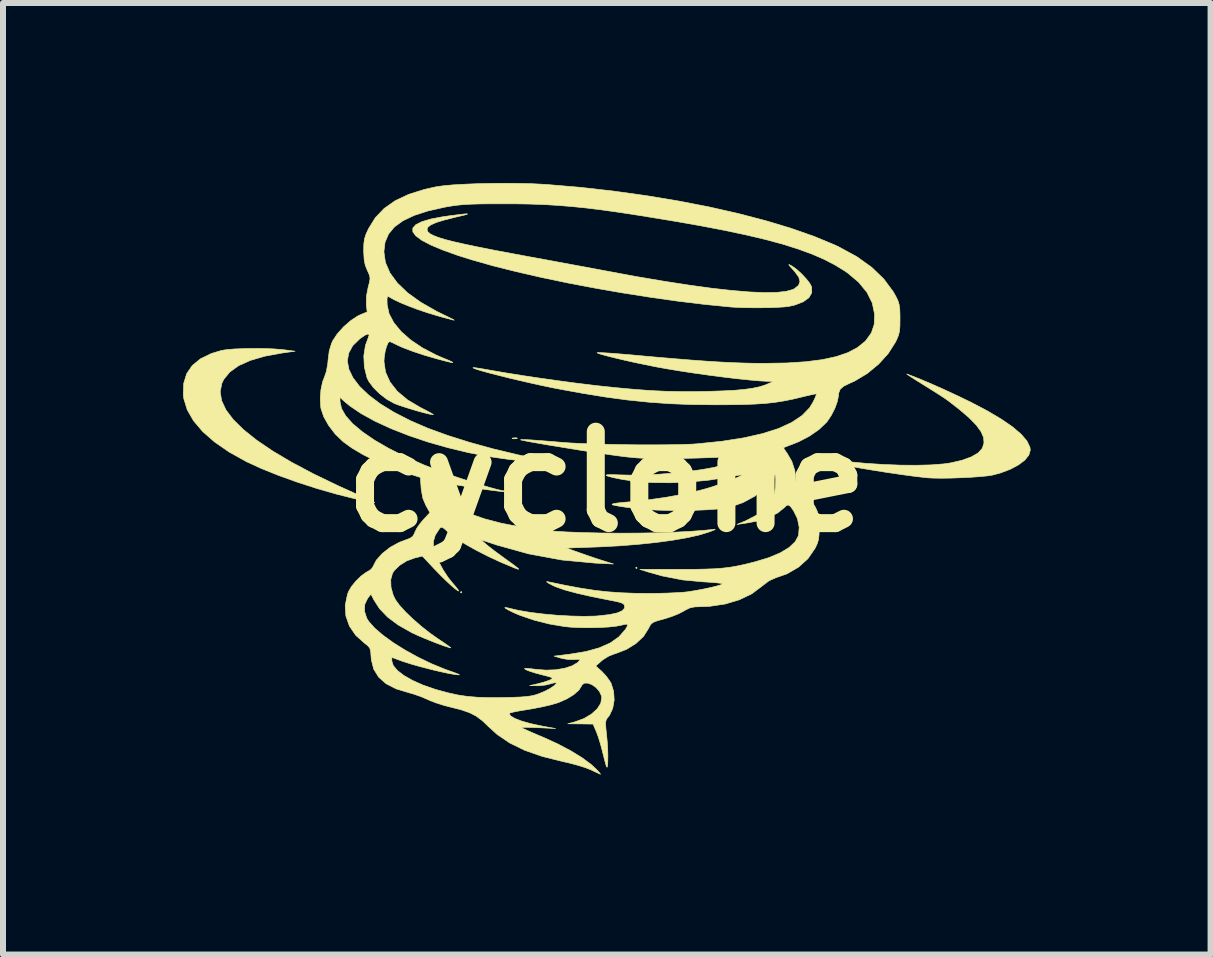
<source format=kicad_pcb>
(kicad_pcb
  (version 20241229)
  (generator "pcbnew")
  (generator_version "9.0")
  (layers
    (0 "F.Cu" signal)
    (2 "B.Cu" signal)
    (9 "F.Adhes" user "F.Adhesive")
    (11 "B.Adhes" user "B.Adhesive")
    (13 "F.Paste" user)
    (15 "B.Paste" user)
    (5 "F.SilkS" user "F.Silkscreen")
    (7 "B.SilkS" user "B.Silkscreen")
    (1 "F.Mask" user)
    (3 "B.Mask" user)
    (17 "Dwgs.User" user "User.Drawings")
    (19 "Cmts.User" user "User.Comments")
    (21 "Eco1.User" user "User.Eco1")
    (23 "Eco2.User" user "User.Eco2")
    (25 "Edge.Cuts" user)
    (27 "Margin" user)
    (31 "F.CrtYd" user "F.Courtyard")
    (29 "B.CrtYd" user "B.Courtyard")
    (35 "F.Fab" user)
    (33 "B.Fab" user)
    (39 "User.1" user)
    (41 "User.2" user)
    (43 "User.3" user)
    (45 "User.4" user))
  (footprint "cyclone"
    (layer "F.Cu")
    (at 7.062 4.98)
    (property "Reference" "cyclone" (at 0 0 0) (layer "F.SilkS") (effects (font (size 1.524 1.524) (thickness 0.3))))
    (attr through_hole)
    (fp_poly (pts (xy -2.413 1.841) (xy -2.426 1.854) (xy -2.438 1.841) (xy -2.426 1.829) (xy -2.413 1.841)) (stroke (width 0.01) (type solid)) (fill yes) (layer "F.SilkS"))
    (fp_poly (pts (xy 0.508 1.435) (xy 0.495 1.448) (xy 0.483 1.435) (xy 0.495 1.422) (xy 0.508 1.435)) (stroke (width 0.01) (type solid)) (fill yes) (layer "F.SilkS"))
    (fp_poly (pts (xy -1.492 -0.728) (xy -1.491 -0.72) (xy -1.531 -0.716) (xy -1.537 -0.716) (xy -1.576 -0.72) (xy -1.572 -0.728) (xy -1.568 -0.729) (xy -1.513 -0.733) (xy -1.492 -0.728)) (stroke (width 0.01) (type solid)) (fill yes) (layer "F.SilkS"))
    (fp_poly (pts (xy -5.716 -2.221) (xy -5.555 -2.215) (xy -5.416 -2.204) (xy -5.372 -2.199) (xy -5.194 -2.176) (xy -5.41 -2.146) (xy -5.699 -2.093) (xy -5.941 -2.022) (xy -6.135 -1.935) (xy -6.282 -1.829) (xy -6.383 -1.706) (xy -6.415 -1.638) (xy -6.442 -1.499) (xy -6.418 -1.352) (xy -6.346 -1.198) (xy -6.224 -1.036) (xy -6.053 -0.868) (xy -5.834 -0.693) (xy -5.567 -0.512) (xy -5.252 -0.325) (xy -4.89 -0.133) (xy -4.48 0.065) (xy -4.204 0.19) (xy -4.051 0.257) (xy -3.945 0.305) (xy -3.884 0.336) (xy -3.867 0.35) (xy -3.895 0.35) (xy -3.967 0.336) (xy -4.082 0.31) (xy -4.166 0.291) (xy -4.492 0.209) (xy -4.825 0.114) (xy -5.153 0.008) (xy -5.465 -0.104) (xy -5.75 -0.218) (xy -5.995 -0.331) (xy -6.006 -0.336) (xy -6.292 -0.495) (xy -6.534 -0.662) (xy -6.733 -0.836) (xy -6.886 -1.016) (xy -6.991 -1.199) (xy -7.048 -1.384) (xy -7.057 -1.453) (xy -7.05 -1.64) (xy -7 -1.802) (xy -6.907 -1.938) (xy -6.77 -2.05) (xy -6.588 -2.138) (xy -6.426 -2.187) (xy -6.337 -2.202) (xy -6.209 -2.213) (xy -6.055 -2.219) (xy -5.887 -2.222) (xy -5.716 -2.221)) (stroke (width 0.01) (type solid)) (fill yes) (layer "F.SilkS"))
    (fp_poly (pts (xy 5.114 -1.755) (xy 5.259 -1.696) (xy 5.429 -1.624) (xy 5.613 -1.542) (xy 5.799 -1.456) (xy 5.979 -1.37) (xy 6.058 -1.332) (xy 6.337 -1.186) (xy 6.573 -1.047) (xy 6.764 -0.916) (xy 6.908 -0.793) (xy 7.005 -0.68) (xy 7.055 -0.576) (xy 7.061 -0.528) (xy 7.037 -0.445) (xy 6.969 -0.36) (xy 6.862 -0.28) (xy 6.725 -0.207) (xy 6.562 -0.146) (xy 6.435 -0.112) (xy 6.348 -0.098) (xy 6.222 -0.086) (xy 6.07 -0.075) (xy 5.904 -0.067) (xy 5.736 -0.061) (xy 5.578 -0.059) (xy 5.444 -0.061) (xy 5.347 -0.066) (xy 5.152 -0.088) (xy 4.936 -0.117) (xy 4.707 -0.15) (xy 4.473 -0.187) (xy 4.244 -0.225) (xy 4.028 -0.264) (xy 3.834 -0.302) (xy 3.67 -0.338) (xy 3.546 -0.37) (xy 3.518 -0.378) (xy 3.474 -0.393) (xy 3.46 -0.401) (xy 3.48 -0.402) (xy 3.538 -0.396) (xy 3.64 -0.383) (xy 3.736 -0.37) (xy 4.023 -0.335) (xy 4.319 -0.307) (xy 4.613 -0.288) (xy 4.898 -0.277) (xy 5.165 -0.275) (xy 5.406 -0.281) (xy 5.611 -0.297) (xy 5.733 -0.314) (xy 5.923 -0.358) (xy 6.077 -0.414) (xy 6.191 -0.48) (xy 6.259 -0.555) (xy 6.262 -0.56) (xy 6.289 -0.646) (xy 6.283 -0.736) (xy 6.241 -0.834) (xy 6.162 -0.943) (xy 6.042 -1.066) (xy 5.881 -1.204) (xy 5.688 -1.354) (xy 5.633 -1.392) (xy 5.545 -1.45) (xy 5.436 -1.519) (xy 5.316 -1.594) (xy 5.281 -1.616) (xy 5.174 -1.682) (xy 5.087 -1.738) (xy 5.028 -1.777) (xy 5.002 -1.796) (xy 5.004 -1.796) (xy 5.114 -1.755)) (stroke (width 0.01) (type solid)) (fill yes) (layer "F.SilkS"))
    (fp_poly (pts (xy -2.32 -4.461) (xy -2.361 -4.448) (xy -2.448 -4.427) (xy -2.528 -4.408) (xy -2.709 -4.362) (xy -2.843 -4.321) (xy -2.932 -4.281) (xy -2.98 -4.243) (xy -2.988 -4.23) (xy -2.993 -4.198) (xy -2.98 -4.167) (xy -2.947 -4.136) (xy -2.89 -4.105) (xy -2.807 -4.073) (xy -2.694 -4.038) (xy -2.549 -4.001) (xy -2.368 -3.96) (xy -2.149 -3.914) (xy -1.888 -3.862) (xy -1.583 -3.805) (xy -1.278 -3.748) (xy -1.057 -3.708) (xy -0.825 -3.665) (xy -0.593 -3.622) (xy -0.375 -3.582) (xy -0.182 -3.546) (xy -0.038 -3.519) (xy 0.467 -3.425) (xy 0.933 -3.346) (xy 1.357 -3.28) (xy 1.74 -3.227) (xy 2.08 -3.189) (xy 2.376 -3.164) (xy 2.627 -3.153) (xy 2.833 -3.156) (xy 2.993 -3.174) (xy 3.105 -3.205) (xy 3.128 -3.217) (xy 3.198 -3.273) (xy 3.222 -3.336) (xy 3.202 -3.411) (xy 3.135 -3.503) (xy 3.119 -3.521) (xy 3.061 -3.585) (xy 3.036 -3.617) (xy 3.041 -3.621) (xy 3.075 -3.603) (xy 3.095 -3.592) (xy 3.168 -3.539) (xy 3.249 -3.466) (xy 3.325 -3.384) (xy 3.385 -3.308) (xy 3.416 -3.248) (xy 3.417 -3.246) (xy 3.418 -3.151) (xy 3.371 -3.068) (xy 3.277 -3) (xy 3.14 -2.947) (xy 3.036 -2.923) (xy 2.956 -2.914) (xy 2.838 -2.907) (xy 2.693 -2.902) (xy 2.535 -2.9) (xy 2.375 -2.901) (xy 2.225 -2.904) (xy 2.099 -2.911) (xy 2.07 -2.913) (xy 1.643 -2.955) (xy 1.196 -3.009) (xy 0.736 -3.074) (xy 0.269 -3.147) (xy -0.196 -3.228) (xy -0.653 -3.315) (xy -1.093 -3.407) (xy -1.511 -3.503) (xy -1.897 -3.6) (xy -2.246 -3.699) (xy -2.479 -3.772) (xy -2.73 -3.862) (xy -2.931 -3.946) (xy -3.081 -4.025) (xy -3.181 -4.099) (xy -3.231 -4.166) (xy -3.231 -4.229) (xy -3.181 -4.285) (xy -3.08 -4.335) (xy -2.929 -4.38) (xy -2.727 -4.418) (xy -2.628 -4.432) (xy -2.478 -4.451) (xy -2.377 -4.463) (xy -2.325 -4.466) (xy -2.32 -4.461)) (stroke (width 0.01) (type solid)) (fill yes) (layer "F.SilkS"))
    (fp_poly (pts (xy -1.464 -4.973) (xy -1.246 -4.968) (xy -1.049 -4.958) (xy -1.003 -4.955) (xy -0.442 -4.908) (xy 0.114 -4.845) (xy 0.66 -4.769) (xy 1.191 -4.681) (xy 1.703 -4.582) (xy 2.189 -4.472) (xy 2.646 -4.353) (xy 3.069 -4.226) (xy 3.452 -4.092) (xy 3.79 -3.952) (xy 3.873 -3.913) (xy 4.169 -3.752) (xy 4.417 -3.575) (xy 4.619 -3.38) (xy 4.777 -3.167) (xy 4.82 -3.09) (xy 4.854 -3.021) (xy 4.874 -2.957) (xy 4.885 -2.883) (xy 4.889 -2.782) (xy 4.889 -2.718) (xy 4.888 -2.599) (xy 4.881 -2.513) (xy 4.865 -2.444) (xy 4.837 -2.375) (xy 4.813 -2.326) (xy 4.693 -2.137) (xy 4.533 -1.961) (xy 4.344 -1.805) (xy 4.136 -1.68) (xy 4.043 -1.638) (xy 3.947 -1.591) (xy 3.891 -1.54) (xy 3.866 -1.473) (xy 3.863 -1.43) (xy 3.845 -1.338) (xy 3.804 -1.225) (xy 3.746 -1.11) (xy 3.68 -1.01) (xy 3.665 -0.991) (xy 3.539 -0.871) (xy 3.379 -0.76) (xy 3.2 -0.667) (xy 3.12 -0.635) (xy 3.038 -0.604) (xy 2.977 -0.58) (xy 2.95 -0.569) (xy 2.958 -0.547) (xy 2.99 -0.499) (xy 3.007 -0.476) (xy 3.086 -0.34) (xy 3.136 -0.187) (xy 3.15 -0.066) (xy 3.154 -0.005) (xy 3.172 0.044) (xy 3.213 0.098) (xy 3.279 0.165) (xy 3.358 0.251) (xy 3.432 0.348) (xy 3.475 0.418) (xy 3.51 0.492) (xy 3.531 0.563) (xy 3.54 0.647) (xy 3.543 0.762) (xy 3.54 0.878) (xy 3.531 0.962) (xy 3.51 1.032) (xy 3.475 1.107) (xy 3.473 1.11) (xy 3.355 1.282) (xy 3.197 1.424) (xy 3.005 1.535) (xy 2.819 1.6) (xy 2.707 1.65) (xy 2.591 1.738) (xy 2.584 1.744) (xy 2.415 1.87) (xy 2.209 1.968) (xy 1.974 2.038) (xy 1.718 2.076) (xy 1.569 2.082) (xy 1.465 2.086) (xy 1.388 2.102) (xy 1.317 2.136) (xy 1.282 2.157) (xy 1.199 2.2) (xy 1.089 2.244) (xy 0.972 2.282) (xy 0.954 2.287) (xy 0.851 2.315) (xy 0.786 2.339) (xy 0.746 2.365) (xy 0.72 2.401) (xy 0.699 2.443) (xy 0.615 2.577) (xy 0.488 2.696) (xy 0.33 2.794) (xy 0.148 2.864) (xy 0.124 2.871) (xy 0.035 2.906) (xy -0.056 2.962) (xy -0.085 2.985) (xy -0.182 3.07) (xy -0.08 3.162) (xy -0.008 3.239) (xy 0.055 3.327) (xy 0.075 3.362) (xy 0.116 3.495) (xy 0.125 3.638) (xy 0.101 3.776) (xy 0.047 3.893) (xy 0.02 3.928) (xy -0.002 3.956) (xy -0.014 3.989) (xy -0.018 4.036) (xy -0.013 4.111) (xy -0.001 4.224) (xy -0.000078 4.233) (xy 0.01 4.341) (xy 0.017 4.453) (xy 0.02 4.559) (xy 0.019 4.651) (xy 0.016 4.72) (xy 0.009 4.757) (xy -0.002 4.752) (xy -0.003 4.75) (xy -0.015 4.709) (xy -0.036 4.632) (xy -0.061 4.534) (xy -0.07 4.496) (xy -0.101 4.379) (xy -0.136 4.264) (xy -0.169 4.173) (xy -0.175 4.159) (xy -0.227 4.039) (xy -0.437 4.036) (xy -0.648 4.034) (xy -0.524 4) (xy -0.377 3.946) (xy -0.253 3.872) (xy -0.158 3.786) (xy -0.099 3.694) (xy -0.082 3.6) (xy -0.086 3.57) (xy -0.121 3.494) (xy -0.177 3.43) (xy -0.245 3.382) (xy -0.314 3.356) (xy -0.374 3.357) (xy -0.414 3.39) (xy -0.419 3.403) (xy -0.463 3.473) (xy -0.547 3.547) (xy -0.66 3.617) (xy -0.793 3.676) (xy -0.833 3.69) (xy -0.942 3.721) (xy -1.081 3.753) (xy -1.23 3.782) (xy -1.327 3.798) (xy -1.443 3.817) (xy -1.538 3.835) (xy -1.602 3.851) (xy -1.626 3.863) (xy -1.626 3.863) (xy -1.601 3.903) (xy -1.531 3.945) (xy -1.42 3.988) (xy -1.274 4.03) (xy -1.097 4.068) (xy -1.047 4.078) (xy -0.851 4.113) (xy -1.143 4.099) (xy -1.256 4.095) (xy -1.347 4.093) (xy -1.405 4.095) (xy -1.422 4.098) (xy -1.395 4.112) (xy -1.33 4.142) (xy -1.235 4.184) (xy -1.118 4.234) (xy -1.044 4.265) (xy -0.811 4.372) (xy -0.597 4.485) (xy -0.41 4.6) (xy -0.259 4.712) (xy -0.179 4.786) (xy -0.131 4.837) (xy -0.105 4.869) (xy -0.103 4.875) (xy -0.13 4.864) (xy -0.19 4.836) (xy -0.267 4.8) (xy -0.353 4.766) (xy -0.473 4.728) (xy -0.611 4.691) (xy -0.737 4.662) (xy -1.074 4.578) (xy -1.366 4.476) (xy -1.616 4.354) (xy -1.828 4.21) (xy -1.968 4.082) (xy -2.073 3.982) (xy -2.175 3.906) (xy -2.289 3.848) (xy -2.428 3.8) (xy -2.591 3.759) (xy -2.718 3.726) (xy -2.846 3.685) (xy -2.955 3.643) (xy -2.984 3.629) (xy -3.096 3.581) (xy -3.221 3.538) (xy -3.295 3.517) (xy -3.509 3.452) (xy -3.677 3.366) (xy -3.801 3.256) (xy -3.883 3.123) (xy -3.923 2.965) (xy -3.927 2.913) (xy -3.933 2.828) (xy -3.948 2.774) (xy -3.981 2.733) (xy -4.032 2.694) (xy -4.183 2.559) (xy -4.288 2.405) (xy -4.347 2.237) (xy -4.358 2.06) (xy -4.32 1.877) (xy -4.302 1.829) (xy -4.253 1.745) (xy -4.178 1.654) (xy -4.093 1.571) (xy -4.011 1.511) (xy -3.985 1.497) (xy -3.929 1.462) (xy -3.899 1.422) (xy -3.84 1.308) (xy -3.741 1.197) (xy -3.612 1.095) (xy -3.464 1.013) (xy -3.36 0.973) (xy -3.279 0.943) (xy -3.233 0.911) (xy -3.206 0.865) (xy -3.197 0.841) (xy -3.164 0.774) (xy -3.107 0.693) (xy -3.057 0.634) (xy -2.946 0.515) (xy -3.013 0.395) (xy -3.064 0.275) (xy -3.09 0.134) (xy -3.093 0.101) (xy -3.105 -0.072) (xy -3.395 -0.166) (xy -3.625 -0.249) (xy -3.852 -0.347) (xy -4.064 -0.454) (xy -4.249 -0.564) (xy -4.394 -0.669) (xy -4.524 -0.795) (xy -4.634 -0.938) (xy -4.716 -1.084) (xy -4.762 -1.221) (xy -4.765 -1.239) (xy -4.774 -1.383) (xy -4.772 -1.407) (xy -4.445 -1.407) (xy -4.445 -1.337) (xy -4.42 -1.221) (xy -4.348 -1.096) (xy -4.231 -0.966) (xy -4.071 -0.832) (xy -3.87 -0.694) (xy -3.632 -0.556) (xy -3.358 -0.419) (xy -3.051 -0.283) (xy -2.712 -0.152) (xy -2.68 -0.14) (xy -2.539 -0.091) (xy -2.386 -0.04) (xy -2.229 0.01) (xy -2.078 0.057) (xy -1.941 0.097) (xy -1.827 0.128) (xy -1.745 0.147) (xy -1.708 0.152) (xy -1.68 0.159) (xy -1.681 0.165) (xy -1.709 0.166) (xy -1.779 0.16) (xy -1.88 0.147) (xy -2.005 0.131) (xy -2.144 0.111) (xy -2.289 0.088) (xy -2.429 0.065) (xy -2.557 0.043) (xy -2.573 0.04) (xy -2.66 0.026) (xy -2.726 0.021) (xy -2.756 0.026) (xy -2.757 0.027) (xy -2.76 0.063) (xy -2.753 0.122) (xy -2.704 0.237) (xy -2.607 0.345) (xy -2.462 0.444) (xy -2.271 0.536) (xy -2.035 0.618) (xy -1.756 0.691) (xy -1.435 0.753) (xy -1.092 0.803) (xy -0.898 0.822) (xy -0.662 0.837) (xy -0.393 0.847) (xy -0.102 0.854) (xy 0.203 0.857) (xy 0.512 0.856) (xy 0.817 0.851) (xy 1.108 0.842) (xy 1.375 0.828) (xy 1.611 0.811) (xy 1.74 0.798) (xy 1.794 0.793) (xy 1.81 0.795) (xy 1.784 0.808) (xy 1.713 0.834) (xy 1.704 0.838) (xy 1.544 0.887) (xy 1.339 0.933) (xy 1.097 0.975) (xy 0.824 1.012) (xy 0.526 1.043) (xy 0.211 1.068) (xy -0.116 1.085) (xy -0.165 1.087) (xy -0.673 1.105) (xy -0.445 1.186) (xy -0.32 1.23) (xy -0.19 1.274) (xy -0.077 1.311) (xy -0.051 1.319) (xy 0.114 1.371) (xy -0.191 1.356) (xy -0.748 1.304) (xy -1.3 1.202) (xy -1.843 1.051) (xy -1.868 1.042) (xy -2.095 0.967) (xy -2.007 1.044) (xy -1.947 1.093) (xy -1.86 1.16) (xy -1.759 1.234) (xy -1.702 1.276) (xy -1.588 1.358) (xy -1.513 1.414) (xy -1.473 1.446) (xy -1.467 1.458) (xy -1.49 1.454) (xy -1.541 1.435) (xy -1.562 1.426) (xy -1.769 1.339) (xy -1.974 1.244) (xy -2.17 1.144) (xy -2.347 1.045) (xy -2.497 0.951) (xy -2.612 0.867) (xy -2.648 0.835) (xy -2.707 0.781) (xy -2.743 0.758) (xy -2.767 0.762) (xy -2.786 0.781) (xy -2.857 0.891) (xy -2.888 0.994) (xy -2.886 1.083) (xy -2.857 1.195) (xy -2.801 1.328) (xy -2.727 1.467) (xy -2.641 1.598) (xy -2.578 1.676) (xy -2.521 1.743) (xy -2.48 1.794) (xy -2.464 1.819) (xy -2.464 1.819) (xy -2.48 1.818) (xy -2.525 1.785) (xy -2.592 1.728) (xy -2.675 1.651) (xy -2.767 1.561) (xy -2.861 1.464) (xy -2.868 1.457) (xy -3.072 1.239) (xy -3.199 1.27) (xy -3.331 1.318) (xy -3.45 1.392) (xy -3.541 1.481) (xy -3.571 1.528) (xy -3.599 1.632) (xy -3.595 1.757) (xy -3.559 1.887) (xy -3.521 1.966) (xy -3.454 2.058) (xy -3.354 2.168) (xy -3.229 2.288) (xy -3.089 2.41) (xy -2.943 2.525) (xy -2.82 2.612) (xy -2.727 2.674) (xy -2.653 2.725) (xy -2.608 2.758) (xy -2.597 2.769) (xy -2.639 2.759) (xy -2.716 2.734) (xy -2.817 2.697) (xy -2.932 2.652) (xy -3.048 2.605) (xy -3.155 2.559) (xy -3.241 2.519) (xy -3.251 2.514) (xy -3.475 2.387) (xy -3.652 2.255) (xy -3.786 2.115) (xy -3.878 1.972) (xy -3.929 1.874) (xy -3.984 1.943) (xy -4.032 2.044) (xy -4.037 2.158) (xy -3.998 2.276) (xy -3.965 2.329) (xy -3.866 2.44) (xy -3.726 2.56) (xy -3.553 2.685) (xy -3.356 2.808) (xy -3.141 2.926) (xy -2.918 3.034) (xy -2.694 3.126) (xy -2.626 3.15) (xy -2.525 3.186) (xy -2.469 3.208) (xy -2.454 3.218) (xy -2.476 3.218) (xy -2.527 3.213) (xy -2.633 3.195) (xy -2.773 3.165) (xy -2.932 3.127) (xy -3.095 3.085) (xy -3.248 3.042) (xy -3.376 3.001) (xy -3.41 2.99) (xy -3.581 2.927) (xy -3.581 2.988) (xy -3.557 3.064) (xy -3.488 3.146) (xy -3.38 3.229) (xy -3.236 3.311) (xy -3.064 3.388) (xy -2.868 3.456) (xy -2.832 3.467) (xy -2.647 3.517) (xy -2.481 3.554) (xy -2.319 3.578) (xy -2.149 3.592) (xy -1.955 3.598) (xy -1.74 3.597) (xy -1.567 3.593) (xy -1.436 3.588) (xy -1.336 3.58) (xy -1.258 3.569) (xy -1.193 3.554) (xy -1.136 3.535) (xy -1.033 3.493) (xy -0.942 3.445) (xy -0.874 3.399) (xy -0.84 3.362) (xy -0.838 3.354) (xy -0.859 3.349) (xy -0.911 3.36) (xy -0.933 3.367) (xy -1.019 3.388) (xy -1.121 3.4) (xy -1.156 3.4) (xy -1.283 3.399) (xy -1.136 3.364) (xy -1.045 3.339) (xy -0.968 3.313) (xy -0.932 3.298) (xy -0.908 3.281) (xy -0.911 3.268) (xy -0.947 3.252) (xy -1.025 3.231) (xy -1.054 3.224) (xy -1.186 3.189) (xy -1.286 3.157) (xy -1.349 3.132) (xy -1.369 3.114) (xy -1.368 3.112) (xy -1.339 3.11) (xy -1.274 3.115) (xy -1.186 3.126) (xy -1.18 3.127) (xy -1.013 3.14) (xy -0.849 3.134) (xy -0.699 3.108) (xy -0.573 3.067) (xy -0.482 3.012) (xy -0.463 2.992) (xy -0.449 2.968) (xy -0.465 2.959) (xy -0.521 2.962) (xy -0.539 2.964) (xy -0.635 2.963) (xy -0.738 2.947) (xy -0.762 2.94) (xy -0.876 2.906) (xy -0.615 2.874) (xy -0.347 2.83) (xy -0.123 2.768) (xy 0.06 2.687) (xy 0.204 2.585) (xy 0.313 2.461) (xy 0.321 2.449) (xy 0.349 2.396) (xy 0.342 2.374) (xy 0.293 2.378) (xy 0.252 2.389) (xy 0.161 2.407) (xy 0.033 2.421) (xy -0.121 2.429) (xy -0.288 2.433) (xy -0.454 2.431) (xy -0.607 2.423) (xy -0.7 2.414) (xy -0.959 2.37) (xy -1.215 2.305) (xy -1.448 2.225) (xy -1.543 2.185) (xy -1.636 2.139) (xy -1.688 2.109) (xy -1.697 2.095) (xy -1.662 2.099) (xy -1.626 2.108) (xy -1.47 2.144) (xy -1.276 2.177) (xy -1.058 2.204) (xy -0.827 2.225) (xy -0.597 2.238) (xy -0.38 2.243) (xy -0.19 2.239) (xy -0.13 2.234) (xy 0.047 2.214) (xy 0.176 2.186) (xy 0.258 2.151) (xy 0.297 2.108) (xy 0.3 2.077) (xy 0.292 2.049) (xy 0.268 2.028) (xy 0.221 2.01) (xy 0.139 1.991) (xy 0.051 1.974) (xy -0.25 1.914) (xy -0.5 1.857) (xy -0.7 1.803) (xy -0.848 1.751) (xy -0.903 1.726) (xy -0.968 1.691) (xy -1.001 1.668) (xy -0.994 1.663) (xy -0.991 1.664) (xy -0.696 1.725) (xy -0.438 1.773) (xy -0.205 1.809) (xy 0.016 1.834) (xy 0.238 1.85) (xy 0.471 1.859) (xy 0.673 1.861) (xy 0.842 1.86) (xy 1.009 1.856) (xy 1.161 1.849) (xy 1.286 1.841) (xy 1.359 1.833) (xy 1.488 1.812) (xy 1.616 1.788) (xy 1.734 1.763) (xy 1.832 1.739) (xy 1.901 1.718) (xy 1.93 1.702) (xy 1.93 1.701) (xy 1.907 1.693) (xy 1.842 1.685) (xy 1.745 1.677) (xy 1.626 1.669) (xy 1.607 1.668) (xy 1.264 1.636) (xy 0.927 1.57) (xy 0.702 1.507) (xy 0.553 1.46) (xy 1.21 1.46) (xy 1.445 1.46) (xy 1.638 1.456) (xy 1.801 1.45) (xy 1.941 1.439) (xy 2.07 1.423) (xy 2.197 1.4) (xy 2.331 1.37) (xy 2.478 1.333) (xy 2.706 1.264) (xy 2.895 1.184) (xy 3.042 1.095) (xy 3.143 0.999) (xy 3.197 0.898) (xy 3.198 0.894) (xy 3.209 0.759) (xy 3.18 0.615) (xy 3.115 0.483) (xy 3.066 0.414) (xy 3.03 0.387) (xy 2.996 0.397) (xy 2.957 0.434) (xy 2.848 0.522) (xy 2.696 0.597) (xy 2.507 0.656) (xy 2.286 0.696) (xy 2.172 0.711) (xy 2.322 0.649) (xy 2.505 0.553) (xy 2.651 0.429) (xy 2.73 0.333) (xy 2.774 0.261) (xy 2.799 0.189) (xy 2.812 0.094) (xy 2.815 0.05) (xy 2.817 -0.038) (xy 2.813 -0.101) (xy 2.803 -0.127) (xy 2.803 -0.127) (xy 2.777 -0.107) (xy 2.742 -0.056) (xy 2.732 -0.038) (xy 2.623 0.112) (xy 2.469 0.241) (xy 2.273 0.347) (xy 2.063 0.421) (xy 1.965 0.441) (xy 1.826 0.456) (xy 1.655 0.468) (xy 1.462 0.476) (xy 1.257 0.479) (xy 1.049 0.478) (xy 0.848 0.473) (xy 0.662 0.463) (xy 0.503 0.448) (xy 0.49 0.446) (xy 0.316 0.424) (xy 0.192 0.405) (xy 0.116 0.39) (xy 0.088 0.378) (xy 0.108 0.366) (xy 0.173 0.355) (xy 0.284 0.343) (xy 0.396 0.334) (xy 0.691 0.302) (xy 0.992 0.259) (xy 1.281 0.206) (xy 1.544 0.146) (xy 1.662 0.114) (xy 1.763 0.083) (xy 1.875 0.045) (xy 1.987 0.004) (xy 2.091 -0.036) (xy 2.177 -0.071) (xy 2.235 -0.099) (xy 2.256 -0.114) (xy 2.256 -0.115) (xy 2.229 -0.113) (xy 2.164 -0.103) (xy 2.071 -0.087) (xy 2.007 -0.075) (xy 1.704 -0.027) (xy 1.384 0.004) (xy 1.061 0.017) (xy 0.747 0.013) (xy 0.456 -0.01) (xy 0.252 -0.04) (xy 0.115 -0.068) (xy 0.028 -0.09) (xy -0.01 -0.106) (xy 0.003 -0.116) (xy 0.065 -0.119) (xy 0.177 -0.116) (xy 0.195 -0.115) (xy 0.404 -0.11) (xy 0.633 -0.114) (xy 0.875 -0.126) (xy 1.12 -0.145) (xy 1.358 -0.171) (xy 1.58 -0.202) (xy 1.778 -0.237) (xy 1.942 -0.276) (xy 2.05 -0.311) (xy 2.14 -0.352) (xy 2.193 -0.388) (xy 2.208 -0.414) (xy 2.182 -0.427) (xy 2.118 -0.422) (xy 2.066 -0.418) (xy 1.972 -0.412) (xy 1.842 -0.406) (xy 1.686 -0.401) (xy 1.511 -0.395) (xy 1.346 -0.391) (xy 1.114 -0.386) (xy 0.922 -0.384) (xy 0.761 -0.386) (xy 0.619 -0.391) (xy 0.488 -0.399) (xy 0.356 -0.412) (xy 0.305 -0.417) (xy 0.201 -0.431) (xy 0.067 -0.449) (xy -0.092 -0.473) (xy -0.268 -0.499) (xy -0.454 -0.528) (xy -0.643 -0.559) (xy -0.827 -0.589) (xy -0.999 -0.617) (xy -1.152 -0.644) (xy -1.279 -0.666) (xy -1.373 -0.684) (xy -1.427 -0.696) (xy -1.435 -0.699) (xy -1.425 -0.703) (xy -1.368 -0.703) (xy -1.269 -0.698) (xy -1.132 -0.688) (xy -0.961 -0.675) (xy -0.775 -0.659) (xy -0.614 -0.647) (xy -0.416 -0.637) (xy -0.189 -0.629) (xy 0.056 -0.623) (xy 0.312 -0.618) (xy 0.569 -0.615) (xy 0.818 -0.615) (xy 1.05 -0.617) (xy 1.255 -0.621) (xy 1.424 -0.627) (xy 1.511 -0.633) (xy 1.922 -0.675) (xy 2.285 -0.732) (xy 2.599 -0.803) (xy 2.866 -0.888) (xy 3.085 -0.989) (xy 3.257 -1.104) (xy 3.383 -1.234) (xy 3.438 -1.324) (xy 3.473 -1.396) (xy 3.493 -1.448) (xy 3.497 -1.465) (xy 3.47 -1.462) (xy 3.406 -1.449) (xy 3.314 -1.428) (xy 3.249 -1.412) (xy 3.094 -1.375) (xy 2.948 -1.346) (xy 2.801 -1.323) (xy 2.645 -1.306) (xy 2.472 -1.295) (xy 2.273 -1.287) (xy 2.038 -1.284) (xy 1.803 -1.283) (xy 1.42 -1.287) (xy 1.059 -1.301) (xy 0.708 -1.326) (xy 0.356 -1.362) (xy -0.011 -1.411) (xy -0.404 -1.475) (xy -0.762 -1.54) (xy -0.919 -1.57) (xy -1.088 -1.606) (xy -1.265 -1.645) (xy -1.443 -1.686) (xy -1.617 -1.727) (xy -1.78 -1.768) (xy -1.927 -1.805) (xy -2.051 -1.839) (xy -2.146 -1.867) (xy -2.208 -1.888) (xy -2.229 -1.9) (xy -2.221 -1.903) (xy -2.186 -1.9) (xy -2.112 -1.889) (xy -2.011 -1.872) (xy -1.905 -1.853) (xy -1.672 -1.813) (xy -1.403 -1.77) (xy -1.113 -1.727) (xy -0.815 -1.685) (xy -0.525 -1.646) (xy -0.257 -1.613) (xy -0.165 -1.602) (xy 0.168 -1.567) (xy 0.462 -1.54) (xy 0.73 -1.52) (xy 0.983 -1.508) (xy 1.233 -1.503) (xy 1.491 -1.503) (xy 1.675 -1.506) (xy 1.922 -1.514) (xy 2.125 -1.524) (xy 2.292 -1.539) (xy 2.429 -1.558) (xy 2.544 -1.582) (xy 2.643 -1.613) (xy 2.697 -1.636) (xy 2.781 -1.672) (xy 2.685 -1.674) (xy 2.554 -1.681) (xy 2.382 -1.696) (xy 2.179 -1.717) (xy 1.953 -1.744) (xy 1.714 -1.775) (xy 1.47 -1.809) (xy 1.232 -1.845) (xy 1.009 -1.882) (xy 0.809 -1.918) (xy 0.8 -1.92) (xy 0.632 -1.954) (xy 0.464 -1.989) (xy 0.303 -2.025) (xy 0.156 -2.06) (xy 0.029 -2.091) (xy -0.071 -2.118) (xy -0.136 -2.138) (xy -0.16 -2.15) (xy -0.159 -2.152) (xy -0.125 -2.153) (xy -0.049 -2.15) (xy 0.063 -2.143) (xy 0.203 -2.132) (xy 0.363 -2.119) (xy 0.451 -2.111) (xy 0.815 -2.078) (xy 1.134 -2.051) (xy 1.415 -2.028) (xy 1.663 -2.01) (xy 1.885 -1.996) (xy 2.086 -1.986) (xy 2.272 -1.979) (xy 2.449 -1.975) (xy 2.624 -1.974) (xy 2.642 -1.974) (xy 3.006 -1.98) (xy 3.323 -2.001) (xy 3.597 -2.036) (xy 3.829 -2.087) (xy 4.022 -2.153) (xy 4.179 -2.236) (xy 4.302 -2.335) (xy 4.323 -2.357) (xy 4.413 -2.483) (xy 4.459 -2.621) (xy 4.466 -2.782) (xy 4.466 -2.791) (xy 4.427 -2.98) (xy 4.338 -3.158) (xy 4.2 -3.326) (xy 4.013 -3.483) (xy 3.96 -3.519) (xy 3.799 -3.617) (xy 3.619 -3.71) (xy 3.417 -3.797) (xy 3.189 -3.88) (xy 2.932 -3.961) (xy 2.642 -4.039) (xy 2.316 -4.116) (xy 1.951 -4.193) (xy 1.543 -4.271) (xy 1.089 -4.35) (xy 0.914 -4.379) (xy 0.546 -4.439) (xy 0.22 -4.489) (xy -0.072 -4.53) (xy -0.337 -4.563) (xy -0.584 -4.588) (xy -0.821 -4.607) (xy -1.055 -4.621) (xy -1.293 -4.629) (xy -1.544 -4.633) (xy -1.727 -4.633) (xy -1.942 -4.633) (xy -2.114 -4.631) (xy -2.254 -4.627) (xy -2.37 -4.621) (xy -2.47 -4.612) (xy -2.564 -4.6) (xy -2.661 -4.584) (xy -2.699 -4.577) (xy -2.978 -4.514) (xy -3.21 -4.439) (xy -3.395 -4.351) (xy -3.537 -4.248) (xy -3.636 -4.129) (xy -3.694 -3.992) (xy -3.713 -3.836) (xy -3.713 -3.833) (xy -3.688 -3.656) (xy -3.613 -3.482) (xy -3.489 -3.313) (xy -3.318 -3.149) (xy -3.099 -2.992) (xy -2.835 -2.841) (xy -2.735 -2.792) (xy -2.646 -2.749) (xy -2.579 -2.716) (xy -2.544 -2.696) (xy -2.542 -2.693) (xy -2.571 -2.699) (xy -2.638 -2.717) (xy -2.733 -2.742) (xy -2.832 -2.77) (xy -2.987 -2.817) (xy -3.148 -2.871) (xy -3.302 -2.929) (xy -3.439 -2.985) (xy -3.546 -3.036) (xy -3.596 -3.064) (xy -3.634 -3.086) (xy -3.654 -3.084) (xy -3.661 -3.05) (xy -3.66 -2.976) (xy -3.658 -2.946) (xy -3.626 -2.799) (xy -3.547 -2.651) (xy -3.426 -2.504) (xy -3.266 -2.363) (xy -3.071 -2.232) (xy -2.845 -2.114) (xy -2.733 -2.065) (xy -2.632 -2.024) (xy -2.576 -1.997) (xy -2.564 -1.986) (xy -2.598 -1.99) (xy -2.678 -2.009) (xy -2.807 -2.043) (xy -2.819 -2.046) (xy -3.037 -2.109) (xy -3.236 -2.175) (xy -3.404 -2.239) (xy -3.504 -2.285) (xy -3.568 -2.317) (xy -3.612 -2.335) (xy -3.62 -2.337) (xy -3.644 -2.314) (xy -3.67 -2.254) (xy -3.692 -2.172) (xy -3.707 -2.08) (xy -3.712 -2.005) (xy -3.686 -1.828) (xy -3.611 -1.662) (xy -3.489 -1.507) (xy -3.319 -1.365) (xy -3.104 -1.237) (xy -3.097 -1.234) (xy -3.004 -1.186) (xy -2.933 -1.148) (xy -2.894 -1.124) (xy -2.89 -1.118) (xy -2.941 -1.125) (xy -3.026 -1.145) (xy -3.135 -1.174) (xy -3.253 -1.209) (xy -3.369 -1.245) (xy -3.469 -1.278) (xy -3.541 -1.306) (xy -3.663 -1.374) (xy -3.783 -1.466) (xy -3.888 -1.57) (xy -3.965 -1.674) (xy -3.995 -1.734) (xy -4.039 -1.913) (xy -4.048 -2.098) (xy -4.021 -2.273) (xy -3.978 -2.389) (xy -3.959 -2.445) (xy -3.973 -2.464) (xy -4.021 -2.447) (xy -4.102 -2.393) (xy -4.117 -2.381) (xy -4.233 -2.268) (xy -4.3 -2.144) (xy -4.322 -2.013) (xy -4.297 -1.876) (xy -4.229 -1.734) (xy -4.118 -1.589) (xy -3.966 -1.444) (xy -3.774 -1.299) (xy -3.544 -1.158) (xy -3.276 -1.02) (xy -2.98 -0.892) (xy -2.65 -0.772) (xy -2.282 -0.656) (xy -1.887 -0.547) (xy -1.477 -0.449) (xy -1.211 -0.393) (xy -1.094 -0.37) (xy -0.997 -0.349) (xy -0.929 -0.334) (xy -0.901 -0.326) (xy -0.901 -0.325) (xy -0.918 -0.32) (xy -0.976 -0.32) (xy -1.067 -0.324) (xy -1.184 -0.331) (xy -1.317 -0.341) (xy -1.457 -0.354) (xy -1.596 -0.368) (xy -1.613 -0.37) (xy -1.956 -0.419) (xy -2.303 -0.485) (xy -2.646 -0.568) (xy -2.98 -0.663) (xy -3.298 -0.77) (xy -3.594 -0.886) (xy -3.861 -1.009) (xy -4.094 -1.137) (xy -4.285 -1.267) (xy -4.375 -1.342) (xy -4.445 -1.407) (xy -4.772 -1.407) (xy -4.763 -1.533) (xy -4.734 -1.669) (xy -4.705 -1.742) (xy -4.671 -1.842) (xy -4.648 -1.974) (xy -4.643 -2.032) (xy -4.624 -2.181) (xy -4.587 -2.303) (xy -4.565 -2.352) (xy -4.49 -2.465) (xy -4.386 -2.581) (xy -4.266 -2.686) (xy -4.148 -2.764) (xy -4.105 -2.784) (xy -3.992 -2.831) (xy -4.006 -2.953) (xy -4.004 -3.094) (xy -3.976 -3.239) (xy -3.953 -3.328) (xy -3.944 -3.387) (xy -3.951 -3.435) (xy -3.974 -3.491) (xy -3.99 -3.524) (xy -4.024 -3.609) (xy -4.042 -3.7) (xy -4.049 -3.817) (xy -4.05 -3.849) (xy -4.048 -3.961) (xy -4.037 -4.045) (xy -4.013 -4.123) (xy -3.97 -4.217) (xy -3.969 -4.219) (xy -3.857 -4.4) (xy -3.709 -4.555) (xy -3.524 -4.685) (xy -3.299 -4.791) (xy -3.031 -4.875) (xy -2.845 -4.916) (xy -2.727 -4.933) (xy -2.568 -4.948) (xy -2.376 -4.959) (xy -2.161 -4.968) (xy -1.931 -4.973) (xy -1.696 -4.975) (xy -1.464 -4.973)) (stroke (width 0.01) (type solid)) (fill yes) (layer "F.SilkS")))
  (gr_rect
    (start -3 -3)
    (end 17.128 12.86)
    (stroke (width 0.1) (type default))
    (fill no)
    (layer "Edge.Cuts")))
</source>
